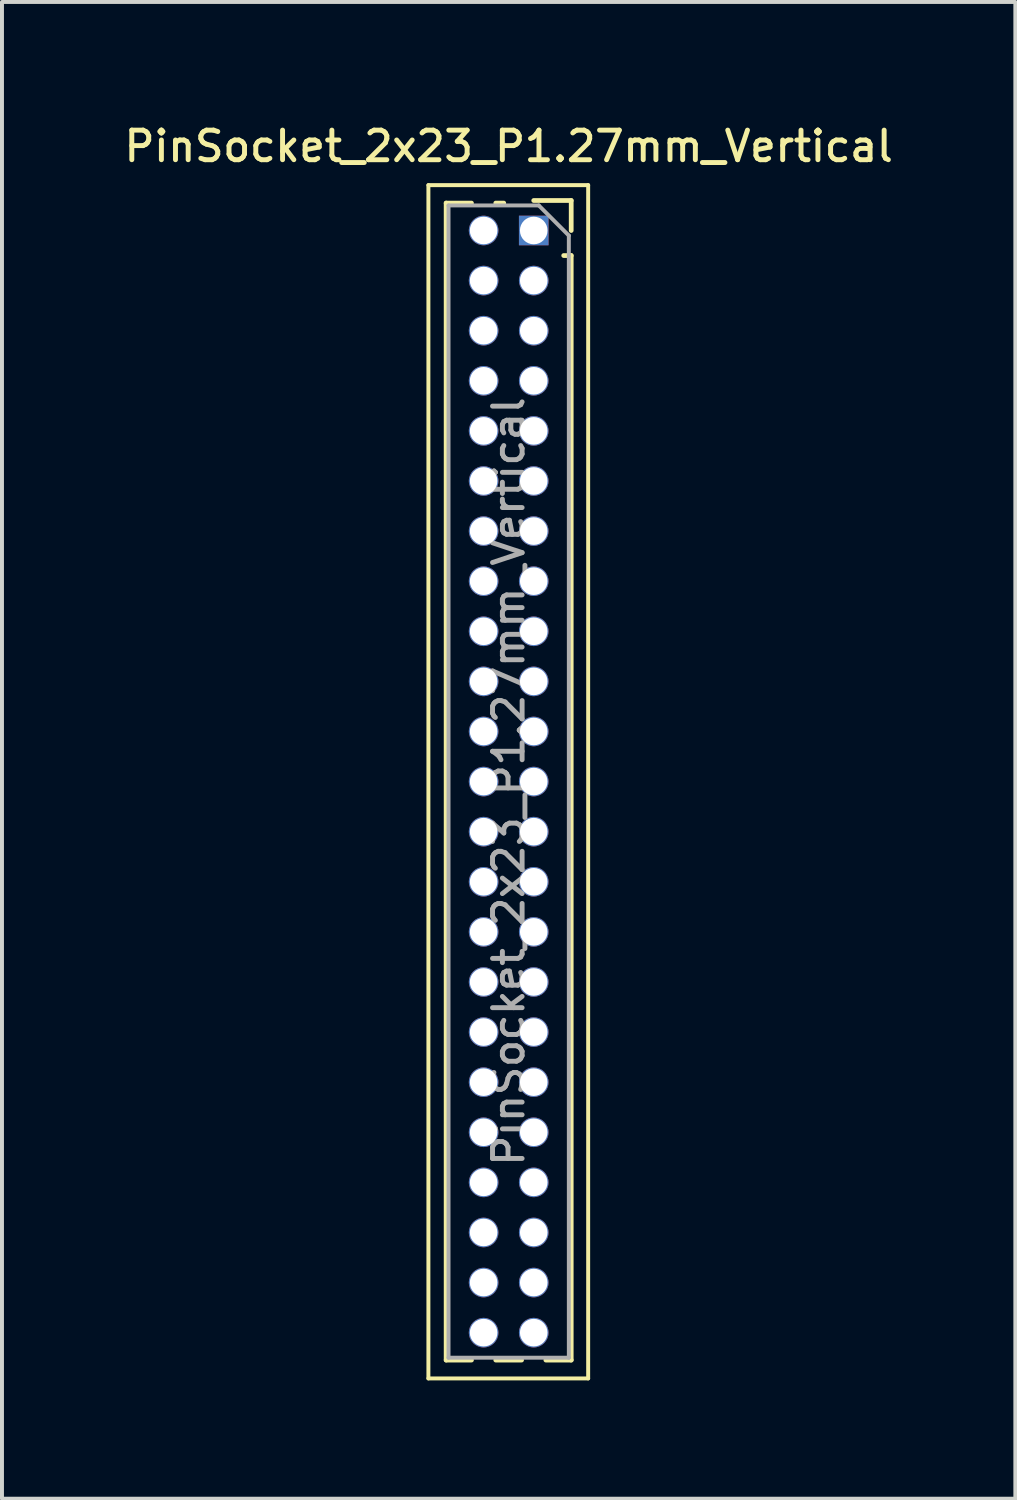
<source format=kicad_pcb>
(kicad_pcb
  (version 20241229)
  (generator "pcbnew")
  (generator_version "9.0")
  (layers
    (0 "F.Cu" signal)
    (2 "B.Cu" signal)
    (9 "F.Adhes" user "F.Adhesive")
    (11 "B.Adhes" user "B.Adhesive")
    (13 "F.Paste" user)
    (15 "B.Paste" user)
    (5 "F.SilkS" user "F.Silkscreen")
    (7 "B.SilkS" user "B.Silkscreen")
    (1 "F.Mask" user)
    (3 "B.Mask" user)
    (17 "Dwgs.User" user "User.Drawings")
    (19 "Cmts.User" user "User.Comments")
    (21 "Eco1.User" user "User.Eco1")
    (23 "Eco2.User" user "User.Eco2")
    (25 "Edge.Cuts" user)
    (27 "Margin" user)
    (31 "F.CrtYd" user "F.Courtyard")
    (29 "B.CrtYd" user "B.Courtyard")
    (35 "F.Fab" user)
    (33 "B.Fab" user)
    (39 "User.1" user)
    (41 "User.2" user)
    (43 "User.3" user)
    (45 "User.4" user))
  (footprint "PinSocket_2x23_P1.27mm_Vertical"
    (layer "F.Cu")
    (at 10.48 2.793)
    (property "Reference" "PinSocket_2x23_P1.27mm_Vertical" (at -0.635 -2.135 0) (layer "F.SilkS") (effects (font (size 0.75 0.75) (thickness 0.125))))
    (attr through_hole)
    (fp_line (start -2.67 -1.15) (end 1.38 -1.15) (stroke (width 0.1) (type solid)) (layer "F.SilkS"))
    (fp_line (start -2.67 29.1) (end -2.67 -1.15) (stroke (width 0.1) (type solid)) (layer "F.SilkS"))
    (fp_line (start -2.22 -0.695) (end -2.22 28.635) (stroke (width 0.12) (type solid)) (layer "F.SilkS"))
    (fp_line (start -2.22 -0.695) (end -1.578 -0.695) (stroke (width 0.12) (type solid)) (layer "F.SilkS"))
    (fp_line (start -2.22 28.635) (end -1.578 28.635) (stroke (width 0.12) (type solid)) (layer "F.SilkS"))
    (fp_line (start -0.962 -0.695) (end -0.76 -0.695) (stroke (width 0.12) (type solid)) (layer "F.SilkS"))
    (fp_line (start -0.962 28.635) (end -0.308 28.635) (stroke (width 0.12) (type solid)) (layer "F.SilkS"))
    (fp_line (start 0 -0.76) (end 0.95 -0.76) (stroke (width 0.12) (type solid)) (layer "F.SilkS"))
    (fp_line (start 0.308 28.635) (end 0.95 28.635) (stroke (width 0.12) (type solid)) (layer "F.SilkS"))
    (fp_line (start 0.76 0.635) (end 0.95 0.635) (stroke (width 0.12) (type solid)) (layer "F.SilkS"))
    (fp_line (start 0.95 -0.76) (end 0.95 0) (stroke (width 0.12) (type solid)) (layer "F.SilkS"))
    (fp_line (start 0.95 0.635) (end 0.95 28.635) (stroke (width 0.12) (type solid)) (layer "F.SilkS"))
    (fp_line (start 1.38 -1.15) (end 1.38 29.1) (stroke (width 0.1) (type solid)) (layer "F.SilkS"))
    (fp_line (start 1.38 29.1) (end -2.67 29.1) (stroke (width 0.1) (type solid)) (layer "F.SilkS"))
    (fp_line (start -2.16 -0.635) (end 0.128 -0.635) (stroke (width 0.1) (type solid)) (layer "F.Fab"))
    (fp_line (start -2.16 28.575) (end -2.16 -0.635) (stroke (width 0.1) (type solid)) (layer "F.Fab"))
    (fp_line (start 0.128 -0.635) (end 0.89 0.128) (stroke (width 0.1) (type solid)) (layer "F.Fab"))
    (fp_line (start 0.89 0.128) (end 0.89 28.575) (stroke (width 0.1) (type solid)) (layer "F.Fab"))
    (fp_line (start 0.89 28.575) (end -2.16 28.575) (stroke (width 0.1) (type solid)) (layer "F.Fab"))
    (fp_text user "${REFERENCE}" (at -0.635 13.97 90) (layer "F.Fab") (effects (font (size 0.75 0.75) (thickness 0.125))))
    (pad "1" thru_hole rect (at 0 0) (size 0.75 0.75) (drill 0.7) (layers "*.Cu" "*.Mask"))
    (pad "2" thru_hole oval (at -1.27 0) (size 0.75 0.75) (drill 0.7) (layers "*.Cu" "*.Mask"))
    (pad "3" thru_hole oval (at 0 1.27) (size 0.75 0.75) (drill 0.7) (layers "*.Cu" "*.Mask"))
    (pad "4" thru_hole oval (at -1.27 1.27) (size 0.75 0.75) (drill 0.7) (layers "*.Cu" "*.Mask"))
    (pad "5" thru_hole oval (at 0 2.54) (size 0.75 0.75) (drill 0.7) (layers "*.Cu" "*.Mask"))
    (pad "6" thru_hole oval (at -1.27 2.54) (size 0.75 0.75) (drill 0.7) (layers "*.Cu" "*.Mask"))
    (pad "7" thru_hole oval (at 0 3.81) (size 0.75 0.75) (drill 0.7) (layers "*.Cu" "*.Mask"))
    (pad "8" thru_hole oval (at -1.27 3.81) (size 0.75 0.75) (drill 0.7) (layers "*.Cu" "*.Mask"))
    (pad "9" thru_hole oval (at 0 5.08) (size 0.75 0.75) (drill 0.7) (layers "*.Cu" "*.Mask"))
    (pad "10" thru_hole oval (at -1.27 5.08) (size 0.75 0.75) (drill 0.7) (layers "*.Cu" "*.Mask"))
    (pad "11" thru_hole oval (at 0 6.35) (size 0.75 0.75) (drill 0.7) (layers "*.Cu" "*.Mask"))
    (pad "12" thru_hole oval (at -1.27 6.35) (size 0.75 0.75) (drill 0.7) (layers "*.Cu" "*.Mask"))
    (pad "13" thru_hole oval (at 0 7.62) (size 0.75 0.75) (drill 0.7) (layers "*.Cu" "*.Mask"))
    (pad "14" thru_hole oval (at -1.27 7.62) (size 0.75 0.75) (drill 0.7) (layers "*.Cu" "*.Mask"))
    (pad "15" thru_hole oval (at 0 8.89) (size 0.75 0.75) (drill 0.7) (layers "*.Cu" "*.Mask"))
    (pad "16" thru_hole oval (at -1.27 8.89) (size 0.75 0.75) (drill 0.7) (layers "*.Cu" "*.Mask"))
    (pad "17" thru_hole oval (at 0 10.16) (size 0.75 0.75) (drill 0.7) (layers "*.Cu" "*.Mask"))
    (pad "18" thru_hole oval (at -1.27 10.16) (size 0.75 0.75) (drill 0.7) (layers "*.Cu" "*.Mask"))
    (pad "19" thru_hole oval (at 0 11.43) (size 0.75 0.75) (drill 0.7) (layers "*.Cu" "*.Mask"))
    (pad "20" thru_hole oval (at -1.27 11.43) (size 0.75 0.75) (drill 0.7) (layers "*.Cu" "*.Mask"))
    (pad "21" thru_hole oval (at 0 12.7) (size 0.75 0.75) (drill 0.7) (layers "*.Cu" "*.Mask"))
    (pad "22" thru_hole oval (at -1.27 12.7) (size 0.75 0.75) (drill 0.7) (layers "*.Cu" "*.Mask"))
    (pad "23" thru_hole oval (at 0 13.97) (size 0.75 0.75) (drill 0.7) (layers "*.Cu" "*.Mask"))
    (pad "24" thru_hole oval (at -1.27 13.97) (size 0.75 0.75) (drill 0.7) (layers "*.Cu" "*.Mask"))
    (pad "25" thru_hole oval (at 0 15.24) (size 0.75 0.75) (drill 0.7) (layers "*.Cu" "*.Mask"))
    (pad "26" thru_hole oval (at -1.27 15.24) (size 0.75 0.75) (drill 0.7) (layers "*.Cu" "*.Mask"))
    (pad "27" thru_hole oval (at 0 16.51) (size 0.75 0.75) (drill 0.7) (layers "*.Cu" "*.Mask"))
    (pad "28" thru_hole oval (at -1.27 16.51) (size 0.75 0.75) (drill 0.7) (layers "*.Cu" "*.Mask"))
    (pad "29" thru_hole oval (at 0 17.78) (size 0.75 0.75) (drill 0.7) (layers "*.Cu" "*.Mask"))
    (pad "30" thru_hole oval (at -1.27 17.78) (size 0.75 0.75) (drill 0.7) (layers "*.Cu" "*.Mask"))
    (pad "31" thru_hole oval (at 0 19.05) (size 0.75 0.75) (drill 0.7) (layers "*.Cu" "*.Mask"))
    (pad "32" thru_hole oval (at -1.27 19.05) (size 0.75 0.75) (drill 0.7) (layers "*.Cu" "*.Mask"))
    (pad "33" thru_hole oval (at 0 20.32) (size 0.75 0.75) (drill 0.7) (layers "*.Cu" "*.Mask"))
    (pad "34" thru_hole oval (at -1.27 20.32) (size 0.75 0.75) (drill 0.7) (layers "*.Cu" "*.Mask"))
    (pad "35" thru_hole oval (at 0 21.59) (size 0.75 0.75) (drill 0.7) (layers "*.Cu" "*.Mask"))
    (pad "36" thru_hole oval (at -1.27 21.59) (size 0.75 0.75) (drill 0.7) (layers "*.Cu" "*.Mask"))
    (pad "37" thru_hole oval (at 0 22.86) (size 0.75 0.75) (drill 0.7) (layers "*.Cu" "*.Mask"))
    (pad "38" thru_hole oval (at -1.27 22.86) (size 0.75 0.75) (drill 0.7) (layers "*.Cu" "*.Mask"))
    (pad "39" thru_hole oval (at 0 24.13) (size 0.75 0.75) (drill 0.7) (layers "*.Cu" "*.Mask"))
    (pad "40" thru_hole oval (at -1.27 24.13) (size 0.75 0.75) (drill 0.7) (layers "*.Cu" "*.Mask"))
    (pad "41" thru_hole oval (at 0 25.4) (size 0.75 0.75) (drill 0.7) (layers "*.Cu" "*.Mask"))
    (pad "42" thru_hole oval (at -1.27 25.4) (size 0.75 0.75) (drill 0.7) (layers "*.Cu" "*.Mask"))
    (pad "43" thru_hole oval (at 0 26.67) (size 0.75 0.75) (drill 0.7) (layers "*.Cu" "*.Mask"))
    (pad "44" thru_hole oval (at -1.27 26.67) (size 0.75 0.75) (drill 0.7) (layers "*.Cu" "*.Mask"))
    (pad "45" thru_hole oval (at 0 27.94) (size 0.75 0.75) (drill 0.7) (layers "*.Cu" "*.Mask"))
    (pad "46" thru_hole oval (at -1.27 27.94) (size 0.75 0.75) (drill 0.7) (layers "*.Cu" "*.Mask")))
  (gr_rect
    (start -3 -3)
    (end 22.689 34.943)
    (stroke (width 0.1) (type default))
    (fill no)
    (layer "Edge.Cuts")))
</source>
